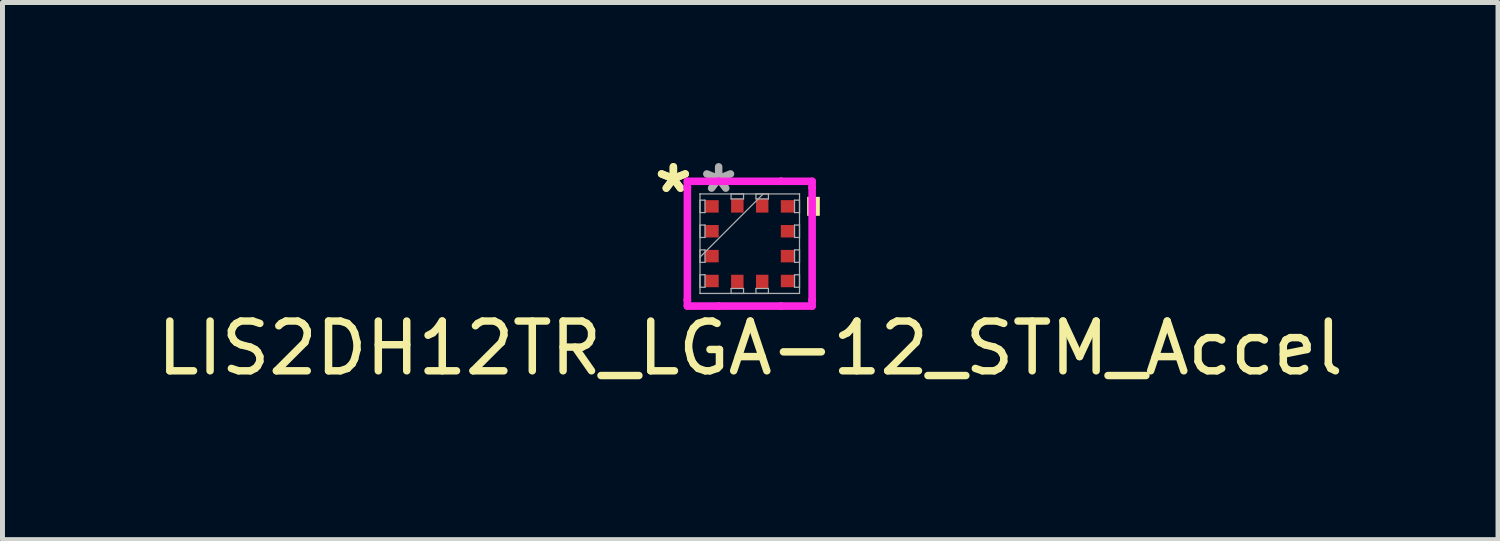
<source format=kicad_pcb>
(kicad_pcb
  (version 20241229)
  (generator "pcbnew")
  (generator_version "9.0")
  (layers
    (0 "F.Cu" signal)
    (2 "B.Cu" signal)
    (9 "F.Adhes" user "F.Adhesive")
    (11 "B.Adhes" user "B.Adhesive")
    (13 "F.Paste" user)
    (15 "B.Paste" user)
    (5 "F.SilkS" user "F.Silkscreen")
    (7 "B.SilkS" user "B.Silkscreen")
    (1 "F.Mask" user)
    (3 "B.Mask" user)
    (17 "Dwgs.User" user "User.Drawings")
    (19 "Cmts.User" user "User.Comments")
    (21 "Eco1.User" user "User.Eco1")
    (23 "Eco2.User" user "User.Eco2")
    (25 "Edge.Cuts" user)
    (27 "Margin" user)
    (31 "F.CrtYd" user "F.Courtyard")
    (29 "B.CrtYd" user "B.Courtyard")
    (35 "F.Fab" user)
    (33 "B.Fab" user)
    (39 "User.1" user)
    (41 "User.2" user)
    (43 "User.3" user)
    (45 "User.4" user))
  (footprint "LIS2DH12TR_LGA-12_STM_Accel"
    (layer "F.Cu")
    (at 12.02 1.848)
    (property "Reference" "LIS2DH12TR_LGA-12_STM_Accel" (at 0.01 2.1 0) (unlocked yes) (layer "F.SilkS") (effects (font (size 1 1) (thickness 0.15))))
    (attr smd)
    (fp_poly (pts (xy 1.408 -0.941) (xy 1.408 -0.56) (xy 1.154 -0.56) (xy 1.154 -0.941)) (stroke (width 0) (type solid)) (fill yes) (layer "F.SilkS"))
    (fp_line (start -1.254 -1.254) (end -0.629 -1.254) (stroke (width 0.152) (type solid)) (layer "F.CrtYd"))
    (fp_line (start -1.254 -1.129) (end -1.254 -1.254) (stroke (width 0.152) (type solid)) (layer "F.CrtYd"))
    (fp_line (start -1.254 -1.129) (end -1.254 -1.129) (stroke (width 0.152) (type solid)) (layer "F.CrtYd"))
    (fp_line (start -1.254 1.129) (end -1.254 -1.129) (stroke (width 0.152) (type solid)) (layer "F.CrtYd"))
    (fp_line (start -1.254 1.129) (end -1.254 1.129) (stroke (width 0.152) (type solid)) (layer "F.CrtYd"))
    (fp_line (start -1.254 1.254) (end -1.254 1.129) (stroke (width 0.152) (type solid)) (layer "F.CrtYd"))
    (fp_line (start -0.629 -1.254) (end -0.629 -1.254) (stroke (width 0.152) (type solid)) (layer "F.CrtYd"))
    (fp_line (start -0.629 -1.254) (end 0.629 -1.254) (stroke (width 0.152) (type solid)) (layer "F.CrtYd"))
    (fp_line (start -0.629 1.254) (end -1.254 1.254) (stroke (width 0.152) (type solid)) (layer "F.CrtYd"))
    (fp_line (start -0.629 1.254) (end -0.629 1.254) (stroke (width 0.152) (type solid)) (layer "F.CrtYd"))
    (fp_line (start 0.629 -1.254) (end 0.629 -1.254) (stroke (width 0.152) (type solid)) (layer "F.CrtYd"))
    (fp_line (start 0.629 -1.254) (end 1.254 -1.254) (stroke (width 0.152) (type solid)) (layer "F.CrtYd"))
    (fp_line (start 0.629 1.254) (end -0.629 1.254) (stroke (width 0.152) (type solid)) (layer "F.CrtYd"))
    (fp_line (start 0.629 1.254) (end 0.629 1.254) (stroke (width 0.152) (type solid)) (layer "F.CrtYd"))
    (fp_line (start 1.254 -1.254) (end 1.254 -1.129) (stroke (width 0.152) (type solid)) (layer "F.CrtYd"))
    (fp_line (start 1.254 -1.129) (end 1.254 -1.129) (stroke (width 0.152) (type solid)) (layer "F.CrtYd"))
    (fp_line (start 1.254 -1.129) (end 1.254 1.129) (stroke (width 0.152) (type solid)) (layer "F.CrtYd"))
    (fp_line (start 1.254 1.129) (end 1.254 1.129) (stroke (width 0.152) (type solid)) (layer "F.CrtYd"))
    (fp_line (start 1.254 1.129) (end 1.254 1.254) (stroke (width 0.152) (type solid)) (layer "F.CrtYd"))
    (fp_line (start 1.254 1.254) (end 0.629 1.254) (stroke (width 0.152) (type solid)) (layer "F.CrtYd"))
    (fp_line (start -1 -1) (end -1 -1) (stroke (width 0.025) (type solid)) (layer "F.Fab"))
    (fp_line (start -1 -1) (end -1 1) (stroke (width 0.025) (type solid)) (layer "F.Fab"))
    (fp_line (start -1 -0.875) (end -0.9 -0.875) (stroke (width 0.025) (type solid)) (layer "F.Fab"))
    (fp_line (start -1 -0.625) (end -1 -0.875) (stroke (width 0.025) (type solid)) (layer "F.Fab"))
    (fp_line (start -1 -0.375) (end -0.9 -0.375) (stroke (width 0.025) (type solid)) (layer "F.Fab"))
    (fp_line (start -1 -0.125) (end -1 -0.375) (stroke (width 0.025) (type solid)) (layer "F.Fab"))
    (fp_line (start -1 0.125) (end -0.9 0.125) (stroke (width 0.025) (type solid)) (layer "F.Fab"))
    (fp_line (start -1 0.27) (end 0.27 -1) (stroke (width 0.025) (type solid)) (layer "F.Fab"))
    (fp_line (start -1 0.375) (end -1 0.125) (stroke (width 0.025) (type solid)) (layer "F.Fab"))
    (fp_line (start -1 0.625) (end -0.9 0.625) (stroke (width 0.025) (type solid)) (layer "F.Fab"))
    (fp_line (start -1 0.875) (end -1 0.625) (stroke (width 0.025) (type solid)) (layer "F.Fab"))
    (fp_line (start -1 1) (end -1 1) (stroke (width 0.025) (type solid)) (layer "F.Fab"))
    (fp_line (start -1 1) (end 1 1) (stroke (width 0.025) (type solid)) (layer "F.Fab"))
    (fp_line (start -0.9 -0.875) (end -0.9 -0.625) (stroke (width 0.025) (type solid)) (layer "F.Fab"))
    (fp_line (start -0.9 -0.625) (end -1 -0.625) (stroke (width 0.025) (type solid)) (layer "F.Fab"))
    (fp_line (start -0.9 -0.375) (end -0.9 -0.125) (stroke (width 0.025) (type solid)) (layer "F.Fab"))
    (fp_line (start -0.9 -0.125) (end -1 -0.125) (stroke (width 0.025) (type solid)) (layer "F.Fab"))
    (fp_line (start -0.9 0.125) (end -0.9 0.375) (stroke (width 0.025) (type solid)) (layer "F.Fab"))
    (fp_line (start -0.9 0.375) (end -1 0.375) (stroke (width 0.025) (type solid)) (layer "F.Fab"))
    (fp_line (start -0.9 0.625) (end -0.9 0.875) (stroke (width 0.025) (type solid)) (layer "F.Fab"))
    (fp_line (start -0.9 0.875) (end -1 0.875) (stroke (width 0.025) (type solid)) (layer "F.Fab"))
    (fp_line (start -0.375 -1) (end -0.125 -1) (stroke (width 0.025) (type solid)) (layer "F.Fab"))
    (fp_line (start -0.375 -0.9) (end -0.375 -1) (stroke (width 0.025) (type solid)) (layer "F.Fab"))
    (fp_line (start -0.375 0.9) (end -0.125 0.9) (stroke (width 0.025) (type solid)) (layer "F.Fab"))
    (fp_line (start -0.375 1) (end -0.375 0.9) (stroke (width 0.025) (type solid)) (layer "F.Fab"))
    (fp_line (start -0.125 -1) (end -0.125 -0.9) (stroke (width 0.025) (type solid)) (layer "F.Fab"))
    (fp_line (start -0.125 -0.9) (end -0.375 -0.9) (stroke (width 0.025) (type solid)) (layer "F.Fab"))
    (fp_line (start -0.125 0.9) (end -0.125 1) (stroke (width 0.025) (type solid)) (layer "F.Fab"))
    (fp_line (start -0.125 1) (end -0.375 1) (stroke (width 0.025) (type solid)) (layer "F.Fab"))
    (fp_line (start 0.125 -1) (end 0.375 -1) (stroke (width 0.025) (type solid)) (layer "F.Fab"))
    (fp_line (start 0.125 -0.9) (end 0.125 -1) (stroke (width 0.025) (type solid)) (layer "F.Fab"))
    (fp_line (start 0.125 0.9) (end 0.375 0.9) (stroke (width 0.025) (type solid)) (layer "F.Fab"))
    (fp_line (start 0.125 1) (end 0.125 0.9) (stroke (width 0.025) (type solid)) (layer "F.Fab"))
    (fp_line (start 0.375 -1) (end 0.375 -0.9) (stroke (width 0.025) (type solid)) (layer "F.Fab"))
    (fp_line (start 0.375 -0.9) (end 0.125 -0.9) (stroke (width 0.025) (type solid)) (layer "F.Fab"))
    (fp_line (start 0.375 0.9) (end 0.375 1) (stroke (width 0.025) (type solid)) (layer "F.Fab"))
    (fp_line (start 0.375 1) (end 0.125 1) (stroke (width 0.025) (type solid)) (layer "F.Fab"))
    (fp_line (start 0.9 -0.875) (end 1 -0.875) (stroke (width 0.025) (type solid)) (layer "F.Fab"))
    (fp_line (start 0.9 -0.625) (end 0.9 -0.875) (stroke (width 0.025) (type solid)) (layer "F.Fab"))
    (fp_line (start 0.9 -0.375) (end 1 -0.375) (stroke (width 0.025) (type solid)) (layer "F.Fab"))
    (fp_line (start 0.9 -0.125) (end 0.9 -0.375) (stroke (width 0.025) (type solid)) (layer "F.Fab"))
    (fp_line (start 0.9 0.125) (end 1 0.125) (stroke (width 0.025) (type solid)) (layer "F.Fab"))
    (fp_line (start 0.9 0.375) (end 0.9 0.125) (stroke (width 0.025) (type solid)) (layer "F.Fab"))
    (fp_line (start 0.9 0.625) (end 1 0.625) (stroke (width 0.025) (type solid)) (layer "F.Fab"))
    (fp_line (start 0.9 0.875) (end 0.9 0.625) (stroke (width 0.025) (type solid)) (layer "F.Fab"))
    (fp_line (start 1 -1) (end -1 -1) (stroke (width 0.025) (type solid)) (layer "F.Fab"))
    (fp_line (start 1 -1) (end 1 -1) (stroke (width 0.025) (type solid)) (layer "F.Fab"))
    (fp_line (start 1 -0.875) (end 1 -0.625) (stroke (width 0.025) (type solid)) (layer "F.Fab"))
    (fp_line (start 1 -0.625) (end 0.9 -0.625) (stroke (width 0.025) (type solid)) (layer "F.Fab"))
    (fp_line (start 1 -0.375) (end 1 -0.125) (stroke (width 0.025) (type solid)) (layer "F.Fab"))
    (fp_line (start 1 -0.125) (end 0.9 -0.125) (stroke (width 0.025) (type solid)) (layer "F.Fab"))
    (fp_line (start 1 0.125) (end 1 0.375) (stroke (width 0.025) (type solid)) (layer "F.Fab"))
    (fp_line (start 1 0.375) (end 0.9 0.375) (stroke (width 0.025) (type solid)) (layer "F.Fab"))
    (fp_line (start 1 0.625) (end 1 0.875) (stroke (width 0.025) (type solid)) (layer "F.Fab"))
    (fp_line (start 1 0.875) (end 0.9 0.875) (stroke (width 0.025) (type solid)) (layer "F.Fab"))
    (fp_line (start 1 1) (end 1 -1) (stroke (width 0.025) (type solid)) (layer "F.Fab"))
    (fp_line (start 1 1) (end 1 1) (stroke (width 0.025) (type solid)) (layer "F.Fab"))
    (fp_text user "*" (at -1.535 -1 0) (layer "F.SilkS") (effects (font (size 1 1) (thickness 0.15))))
    (fp_text user "*" (at -1.535 -1 0) (unlocked yes) (layer "F.SilkS") (effects (font (size 1 1) (thickness 0.15))))
    (fp_text user "*" (at -0.625 -1 0) (layer "F.Fab") (effects (font (size 1 1) (thickness 0.15))))
    (pad "1" smd rect (at -0.762 -0.75 90) (size 0.25 0.275) (layers "F.Cu" "F.Mask" "F.Paste"))
    (pad "2" smd rect (at -0.762 -0.25 90) (size 0.25 0.275) (layers "F.Cu" "F.Mask" "F.Paste"))
    (pad "3" smd rect (at -0.762 0.25 90) (size 0.25 0.275) (layers "F.Cu" "F.Mask" "F.Paste"))
    (pad "4" smd rect (at -0.762 0.75 90) (size 0.25 0.275) (layers "F.Cu" "F.Mask" "F.Paste"))
    (pad "5" smd rect (at -0.25 0.762) (size 0.25 0.275) (layers "F.Cu" "F.Mask" "F.Paste"))
    (pad "6" smd rect (at 0.25 0.762) (size 0.25 0.275) (layers "F.Cu" "F.Mask" "F.Paste"))
    (pad "7" smd rect (at 0.762 0.75 90) (size 0.25 0.275) (layers "F.Cu" "F.Mask" "F.Paste"))
    (pad "8" smd rect (at 0.762 0.25 90) (size 0.25 0.275) (layers "F.Cu" "F.Mask" "F.Paste"))
    (pad "9" smd rect (at 0.762 -0.25 90) (size 0.25 0.275) (layers "F.Cu" "F.Mask" "F.Paste"))
    (pad "10" smd rect (at 0.762 -0.75 90) (size 0.25 0.275) (layers "F.Cu" "F.Mask" "F.Paste"))
    (pad "11" smd rect (at 0.25 -0.762) (size 0.25 0.275) (layers "F.Cu" "F.Mask" "F.Paste"))
    (pad "12" smd rect (at -0.25 -0.762) (size 0.25 0.275) (layers "F.Cu" "F.Mask" "F.Paste")))
  (gr_rect
    (start -3 -3)
    (end 27.06 7.796)
    (stroke (width 0.1) (type default))
    (fill no)
    (layer "Edge.Cuts")))
</source>
